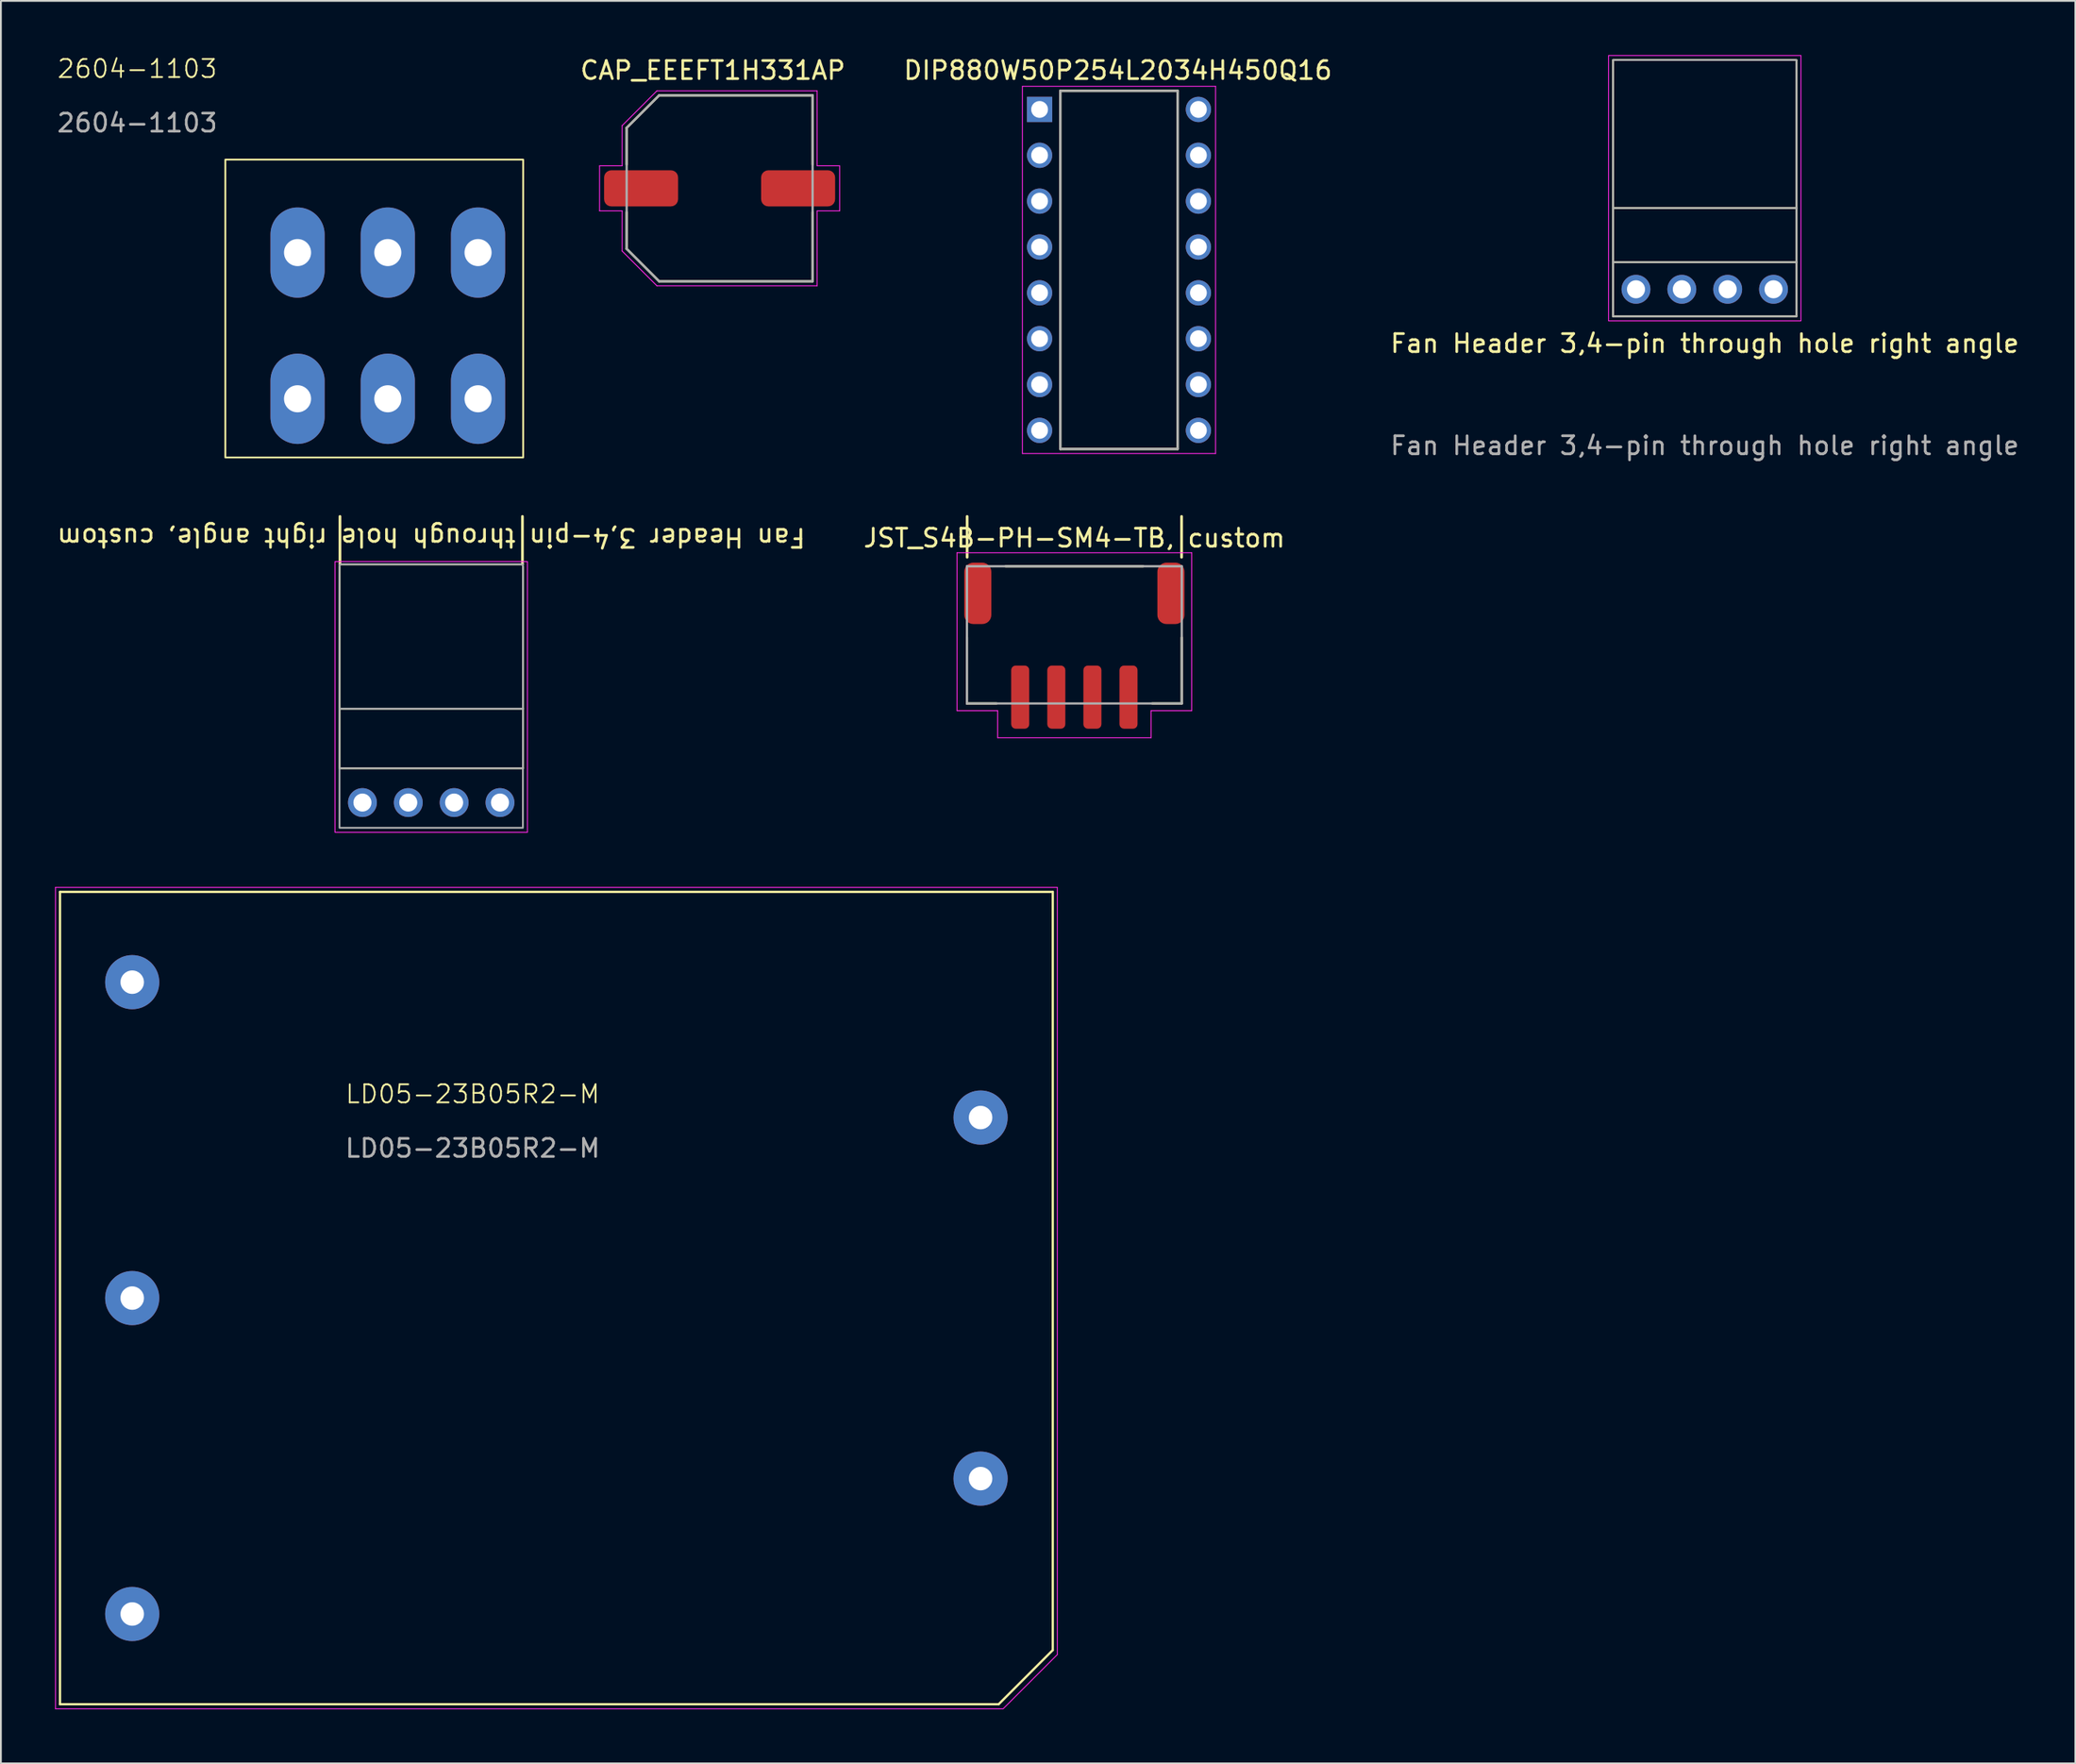
<source format=kicad_pcb>
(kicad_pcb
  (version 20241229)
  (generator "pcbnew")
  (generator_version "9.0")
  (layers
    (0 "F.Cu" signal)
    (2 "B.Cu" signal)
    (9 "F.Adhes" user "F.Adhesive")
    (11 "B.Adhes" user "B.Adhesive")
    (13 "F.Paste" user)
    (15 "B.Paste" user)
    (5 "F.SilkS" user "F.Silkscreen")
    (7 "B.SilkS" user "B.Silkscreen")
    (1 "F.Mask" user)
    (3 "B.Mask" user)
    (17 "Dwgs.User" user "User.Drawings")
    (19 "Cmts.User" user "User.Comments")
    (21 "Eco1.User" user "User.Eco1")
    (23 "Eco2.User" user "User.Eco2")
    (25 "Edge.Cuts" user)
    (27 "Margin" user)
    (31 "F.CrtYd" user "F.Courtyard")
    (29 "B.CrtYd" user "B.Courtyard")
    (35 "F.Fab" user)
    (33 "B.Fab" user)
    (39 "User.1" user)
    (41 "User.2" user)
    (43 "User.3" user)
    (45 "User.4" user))
  (footprint "JST_S4B-PH-SM4-TB, custom"
    (layer "F.Cu")
    (at 56.47 35.569)
    (property "Reference" "JST_S4B-PH-SM4-TB, custom" (at 0 -8.815 180) (layer "F.SilkS") (effects (font (size 1 1) (thickness 0.15))))
    (attr smd)
    (fp_line (start -5.95 -3.302) (end -5.95 0.35) (stroke (width 0.127) (type solid)) (layer "F.SilkS"))
    (fp_line (start -5.95 0.35) (end -4.318 0.35) (stroke (width 0.127) (type solid)) (layer "F.SilkS"))
    (fp_line (start -5.94 -10.011) (end -5.94 -7.75) (stroke (width 0.15) (type default)) (layer "F.SilkS"))
    (fp_line (start 3.81 -7.25) (end -3.81 -7.25) (stroke (width 0.127) (type solid)) (layer "F.SilkS"))
    (fp_line (start 4.318 0.35) (end 5.95 0.35) (stroke (width 0.127) (type solid)) (layer "F.SilkS"))
    (fp_line (start 5.94 -10.011) (end 5.94 -7.75) (stroke (width 0.15) (type default)) (layer "F.SilkS"))
    (fp_line (start 5.95 0.35) (end 5.95 -3.302) (stroke (width 0.127) (type solid)) (layer "F.SilkS"))
    (fp_line (start -6.5 -8) (end 6.5 -8) (stroke (width 0.05) (type solid)) (layer "F.CrtYd"))
    (fp_line (start -6.5 0.75) (end -6.5 -8) (stroke (width 0.05) (type solid)) (layer "F.CrtYd"))
    (fp_line (start -4.25 0.75) (end -6.5 0.75) (stroke (width 0.05) (type solid)) (layer "F.CrtYd"))
    (fp_line (start -4.25 2.25) (end -4.25 0.75) (stroke (width 0.05) (type solid)) (layer "F.CrtYd"))
    (fp_line (start 4.25 0.75) (end 4.25 2.25) (stroke (width 0.05) (type solid)) (layer "F.CrtYd"))
    (fp_line (start 4.25 2.25) (end -4.25 2.25) (stroke (width 0.05) (type solid)) (layer "F.CrtYd"))
    (fp_line (start 6.5 -8) (end 6.5 0.75) (stroke (width 0.05) (type solid)) (layer "F.CrtYd"))
    (fp_line (start 6.5 0.75) (end 4.25 0.75) (stroke (width 0.05) (type solid)) (layer "F.CrtYd"))
    (fp_line (start -5.95 -7.25) (end -5.95 0.35) (stroke (width 0.127) (type solid)) (layer "F.Fab"))
    (fp_line (start -5.95 0.35) (end 5.95 0.35) (stroke (width 0.127) (type solid)) (layer "F.Fab"))
    (fp_line (start 5.95 -7.25) (end -5.95 -7.25) (stroke (width 0.127) (type solid)) (layer "F.Fab"))
    (fp_line (start 5.95 0.35) (end 5.95 -7.25) (stroke (width 0.127) (type solid)) (layer "F.Fab"))
    (pad "1" smd roundrect (at 3 0) (size 1 3.5) (layers "F.Cu" "F.Mask" "F.Paste") (roundrect_rratio 0.25))
    (pad "2" smd roundrect (at 1 0) (size 1 3.5) (layers "F.Cu" "F.Mask" "F.Paste") (roundrect_rratio 0.25))
    (pad "3" smd roundrect (at -1 0) (size 1 3.5) (layers "F.Cu" "F.Mask" "F.Paste") (roundrect_rratio 0.25))
    (pad "4" smd roundrect (at -3 0) (size 1 3.5) (layers "F.Cu" "F.Mask" "F.Paste") (roundrect_rratio 0.25))
    (pad "P1" smd roundrect (at 5.35 -5.75) (size 1.5 3.4) (layers "F.Cu" "F.Mask" "F.Paste") (roundrect_rratio 0.333))
    (pad "P2" smd roundrect (at -5.35 -5.75) (size 1.5 3.4) (layers "F.Cu" "F.Mask" "F.Paste") (roundrect_rratio 0.333)))
  (footprint "Fan Header 3,4-pin through hole right angle, custom"
    (layer "F.Cu")
    (at 20.839 39.508)
    (property "Reference" "Fan Header 3,4-pin through hole right angle, custom" (at 0 -12.782 180) (unlocked yes) (layer "F.SilkS") (effects (font (size 1 1) (thickness 0.15))))
    (attr through_hole)
    (fp_line (start -5.08 0) (end -5.08 -11.176) (stroke (width 0.1) (type default)) (layer "F.SilkS"))
    (fp_line (start -5.055 -13.95) (end -5.055 -11.3) (stroke (width 0.15) (type default)) (layer "F.SilkS"))
    (fp_line (start 5.055 -13.95) (end 5.055 -11.3) (stroke (width 0.15) (type default)) (layer "F.SilkS"))
    (fp_line (start 5.08 -11.3) (end -5.08 -11.3) (stroke (width 0.1) (type default)) (layer "F.SilkS"))
    (fp_line (start 5.08 -11.176) (end 5.08 0) (stroke (width 0.1) (type default)) (layer "F.SilkS"))
    (fp_line (start 5.08 -3.3) (end -5.08 -3.3) (stroke (width 0.1) (type default)) (layer "F.SilkS"))
    (fp_line (start 5.08 0) (end -5.08 0) (stroke (width 0.1) (type default)) (layer "F.SilkS"))
    (fp_rect (start -5.33 -11.45) (end 5.33 3.55) (stroke (width 0.05) (type default)) (fill no) (layer "F.CrtYd"))
    (fp_line (start 5.08 -3.3) (end -5.08 -3.3) (stroke (width 0.1) (type default)) (layer "F.Fab"))
    (fp_line (start 5.08 0) (end -5.08 0) (stroke (width 0.1) (type default)) (layer "F.Fab"))
    (fp_rect (start -5.08 -11.3) (end 5.08 3.3) (stroke (width 0.1) (type default)) (fill no) (layer "F.Fab"))
    (pad "1" thru_hole circle (at -3.81 1.9) (size 1.6 1.6) (drill 1) (layers "*.Cu" "*.Mask"))
    (pad "2" thru_hole circle (at -1.27 1.9) (size 1.6 1.6) (drill 1) (layers "*.Cu" "*.Mask"))
    (pad "3" thru_hole circle (at 1.27 1.9) (size 1.6 1.6) (drill 1) (layers "*.Cu" "*.Mask"))
    (pad "4" thru_hole circle (at 3.81 1.9) (size 1.6 1.6) (drill 1) (layers "*.Cu" "*.Mask")))
  (footprint "DIP880W50P254L2034H450Q16"
    (layer "F.Cu")
    (at 58.943 11.902)
    (property "Reference" "DIP880W50P254L2034H450Q16" (at -0.06 -11.054 0) (layer "F.SilkS") (effects (font (size 1 1) (thickness 0.15))))
    (attr through_hole)
    (fp_line (start -3.25 -9.92) (end -3.25 9.92) (stroke (width 0.127) (type solid)) (layer "F.SilkS"))
    (fp_line (start -3.25 -9.92) (end 3.25 -9.92) (stroke (width 0.127) (type solid)) (layer "F.SilkS"))
    (fp_line (start 3.25 -9.92) (end 3.25 9.92) (stroke (width 0.127) (type solid)) (layer "F.SilkS"))
    (fp_line (start 3.25 9.92) (end -3.25 9.92) (stroke (width 0.127) (type solid)) (layer "F.SilkS"))
    (fp_line (start -5.35 -10.17) (end -5.35 10.17) (stroke (width 0.05) (type solid)) (layer "F.CrtYd"))
    (fp_line (start -5.35 10.17) (end 5.35 10.17) (stroke (width 0.05) (type solid)) (layer "F.CrtYd"))
    (fp_line (start 5.35 -10.17) (end -5.35 -10.17) (stroke (width 0.05) (type solid)) (layer "F.CrtYd"))
    (fp_line (start 5.35 10.17) (end 5.35 -10.17) (stroke (width 0.05) (type solid)) (layer "F.CrtYd"))
    (fp_line (start -3.25 -9.92) (end -3.25 9.92) (stroke (width 0.127) (type solid)) (layer "F.Fab"))
    (fp_line (start -3.25 -9.92) (end 3.25 -9.92) (stroke (width 0.127) (type solid)) (layer "F.Fab"))
    (fp_line (start -3.25 9.92) (end 3.25 9.92) (stroke (width 0.127) (type solid)) (layer "F.Fab"))
    (fp_line (start 3.25 -9.92) (end 3.25 9.92) (stroke (width 0.127) (type solid)) (layer "F.Fab"))
    (pad "1" thru_hole rect (at -4.4 -8.89) (size 1.4 1.4) (drill 0.93) (layers "*.Cu" "*.Mask"))
    (pad "2" thru_hole circle (at -4.4 -6.35) (size 1.4 1.4) (drill 0.93) (layers "*.Cu" "*.Mask"))
    (pad "3" thru_hole circle (at -4.4 -3.81) (size 1.4 1.4) (drill 0.93) (layers "*.Cu" "*.Mask"))
    (pad "4" thru_hole circle (at -4.4 -1.27) (size 1.4 1.4) (drill 0.93) (layers "*.Cu" "*.Mask"))
    (pad "5" thru_hole circle (at -4.4 1.27) (size 1.4 1.4) (drill 0.93) (layers "*.Cu" "*.Mask"))
    (pad "6" thru_hole circle (at -4.4 3.81) (size 1.4 1.4) (drill 0.93) (layers "*.Cu" "*.Mask"))
    (pad "7" thru_hole circle (at -4.4 6.35) (size 1.4 1.4) (drill 0.93) (layers "*.Cu" "*.Mask"))
    (pad "8" thru_hole circle (at -4.4 8.89) (size 1.4 1.4) (drill 0.93) (layers "*.Cu" "*.Mask"))
    (pad "9" thru_hole circle (at 4.4 8.89) (size 1.4 1.4) (drill 0.93) (layers "*.Cu" "*.Mask"))
    (pad "10" thru_hole circle (at 4.4 6.35) (size 1.4 1.4) (drill 0.93) (layers "*.Cu" "*.Mask"))
    (pad "11" thru_hole circle (at 4.4 3.81) (size 1.4 1.4) (drill 0.93) (layers "*.Cu" "*.Mask"))
    (pad "12" thru_hole circle (at 4.4 1.27) (size 1.4 1.4) (drill 0.93) (layers "*.Cu" "*.Mask"))
    (pad "13" thru_hole circle (at 4.4 -1.27) (size 1.4 1.4) (drill 0.93) (layers "*.Cu" "*.Mask"))
    (pad "14" thru_hole circle (at 4.4 -3.81) (size 1.4 1.4) (drill 0.93) (layers "*.Cu" "*.Mask"))
    (pad "15" thru_hole circle (at 4.4 -6.35) (size 1.4 1.4) (drill 0.93) (layers "*.Cu" "*.Mask"))
    (pad "16" thru_hole circle (at 4.4 -8.89) (size 1.4 1.4) (drill 0.93) (layers "*.Cu" "*.Mask")))
  (footprint "LD05-23B05R2-M"
    (layer "F.Cu")
    (at 0.275 46.358)
    (property "Reference" "LD05-23B05R2-M" (at 22.86 11.2 0) (unlocked yes) (layer "F.SilkS") (effects (font (size 1 1) (thickness 0.1))))
    (attr through_hole)
    (fp_line (start 0 0) (end 0 45) (stroke (width 0.127) (type default)) (layer "F.SilkS"))
    (fp_line (start 0 45) (end 52 45) (stroke (width 0.127) (type default)) (layer "F.SilkS"))
    (fp_line (start 52 45) (end 55 42) (stroke (width 0.127) (type default)) (layer "F.SilkS"))
    (fp_line (start 55 0) (end 0 0) (stroke (width 0.127) (type default)) (layer "F.SilkS"))
    (fp_line (start 55 0) (end 55 42) (stroke (width 0.127) (type default)) (layer "F.SilkS"))
    (fp_line (start -0.25 -0.25) (end -0.25 45.25) (stroke (width 0.05) (type default)) (layer "F.CrtYd"))
    (fp_line (start -0.25 45.25) (end 52.25 45.25) (stroke (width 0.05) (type default)) (layer "F.CrtYd"))
    (fp_line (start 55.25 -0.25) (end -0.25 -0.25) (stroke (width 0.05) (type default)) (layer "F.CrtYd"))
    (fp_line (start 55.25 -0.25) (end 55.25 42.25) (stroke (width 0.05) (type default)) (layer "F.CrtYd"))
    (fp_line (start 55.25 42.25) (end 52.25 45.25) (stroke (width 0.05) (type default)) (layer "F.CrtYd"))
    (fp_text user "${REFERENCE}" (at 22.86 14.2 0) (unlocked yes) (layer "F.Fab") (effects (font (size 1 1) (thickness 0.15))))
    (pad "1" thru_hole circle (at 4 5) (size 3 3) (drill 1.3) (layers "*.Cu" "*.Mask"))
    (pad "2" thru_hole circle (at 4 22.5) (size 3 3) (drill 1.3) (layers "*.Cu" "*.Mask"))
    (pad "3" thru_hole circle (at 4 40) (size 3 3) (drill 1.3) (layers "*.Cu" "*.Mask"))
    (pad "4" thru_hole circle (at 51 32.5) (size 3 3) (drill 1.3) (layers "*.Cu" "*.Mask"))
    (pad "5" thru_hole circle (at 51 12.5) (size 3 3) (drill 1.3) (layers "*.Cu" "*.Mask")))
  (footprint "Fan Header 3,4-pin through hole right angle"
    (layer "F.Cu")
    (at 91.394 11.475)
    (property "Reference" "Fan Header 3,4-pin through hole right angle" (at 0 4.5 0) (unlocked yes) (layer "F.SilkS") (effects (font (size 1 1) (thickness 0.15))))
    (attr through_hole)
    (fp_line (start -5.08 3) (end -5.08 -11.176) (stroke (width 0.1) (type default)) (layer "F.SilkS"))
    (fp_line (start 5.08 -11.2) (end -5.08 -11.2) (stroke (width 0.1) (type default)) (layer "F.SilkS"))
    (fp_line (start 5.08 -11.176) (end 5.08 3) (stroke (width 0.1) (type default)) (layer "F.SilkS"))
    (fp_line (start 5.08 -3) (end -5.08 -3) (stroke (width 0.1) (type default)) (layer "F.SilkS"))
    (fp_line (start 5.08 0) (end -5.08 0) (stroke (width 0.1) (type default)) (layer "F.SilkS"))
    (fp_line (start 5.08 3) (end -5.08 3) (stroke (width 0.1) (type default)) (layer "F.SilkS"))
    (fp_rect (start -5.33 -11.45) (end 5.33 3.25) (stroke (width 0.05) (type default)) (fill no) (layer "F.CrtYd"))
    (fp_line (start 5.08 -3) (end -5.08 -3) (stroke (width 0.1) (type default)) (layer "F.Fab"))
    (fp_line (start 5.08 0) (end -5.08 0) (stroke (width 0.1) (type default)) (layer "F.Fab"))
    (fp_rect (start -5.08 -11.2) (end 5.08 3) (stroke (width 0.1) (type default)) (fill no) (layer "F.Fab"))
    (fp_text user "${REFERENCE}" (at 0 10.16 0) (unlocked yes) (layer "F.Fab") (effects (font (size 1 1) (thickness 0.15))))
    (pad "1" thru_hole circle (at -3.81 1.5) (size 1.6 1.6) (drill 1) (layers "*.Cu" "*.Mask"))
    (pad "2" thru_hole circle (at -1.27 1.5) (size 1.6 1.6) (drill 1) (layers "*.Cu" "*.Mask"))
    (pad "3" thru_hole circle (at 1.27 1.5) (size 1.6 1.6) (drill 1) (layers "*.Cu" "*.Mask"))
    (pad "4" thru_hole circle (at 3.81 1.5) (size 1.6 1.6) (drill 1) (layers "*.Cu" "*.Mask")))
  (footprint "CAP_EEEFT1H331AP"
    (layer "F.Cu")
    (at 36.817 7.383)
    (property "Reference" "CAP_EEEFT1H331AP" (at -0.375 -6.535 0) (layer "F.SilkS") (effects (font (size 1 1) (thickness 0.15))))
    (attr smd)
    (fp_line (start -5.15 -3.35) (end -5.15 -1.32) (stroke (width 0.127) (type solid)) (layer "F.SilkS"))
    (fp_line (start -5.15 1.32) (end -5.15 3.35) (stroke (width 0.127) (type solid)) (layer "F.SilkS"))
    (fp_line (start -5.15 3.35) (end -3.35 5.15) (stroke (width 0.127) (type solid)) (layer "F.SilkS"))
    (fp_line (start -3.35 -5.15) (end -5.15 -3.35) (stroke (width 0.127) (type solid)) (layer "F.SilkS"))
    (fp_line (start -3.35 5.15) (end 5.15 5.15) (stroke (width 0.127) (type solid)) (layer "F.SilkS"))
    (fp_line (start 5.15 -5.15) (end -3.35 -5.15) (stroke (width 0.127) (type solid)) (layer "F.SilkS"))
    (fp_line (start 5.15 -1.32) (end 5.15 -5.15) (stroke (width 0.127) (type solid)) (layer "F.SilkS"))
    (fp_line (start 5.15 5.15) (end 5.15 1.32) (stroke (width 0.127) (type solid)) (layer "F.SilkS"))
    (fp_line (start -6.65 -1.25) (end -5.4 -1.25) (stroke (width 0.05) (type solid)) (layer "F.CrtYd"))
    (fp_line (start -6.65 1.25) (end -6.65 -1.25) (stroke (width 0.05) (type solid)) (layer "F.CrtYd"))
    (fp_line (start -5.4 -3.475) (end -3.475 -5.4) (stroke (width 0.05) (type solid)) (layer "F.CrtYd"))
    (fp_line (start -5.4 -1.25) (end -5.4 -3.475) (stroke (width 0.05) (type solid)) (layer "F.CrtYd"))
    (fp_line (start -5.4 1.25) (end -6.65 1.25) (stroke (width 0.05) (type solid)) (layer "F.CrtYd"))
    (fp_line (start -5.4 3.475) (end -5.4 1.25) (stroke (width 0.05) (type solid)) (layer "F.CrtYd"))
    (fp_line (start -3.475 -5.4) (end 5.4 -5.4) (stroke (width 0.05) (type solid)) (layer "F.CrtYd"))
    (fp_line (start -3.475 5.4) (end -5.4 3.475) (stroke (width 0.05) (type solid)) (layer "F.CrtYd"))
    (fp_line (start 5.4 -5.4) (end 5.4 -1.25) (stroke (width 0.05) (type solid)) (layer "F.CrtYd"))
    (fp_line (start 5.4 -1.25) (end 6.65 -1.25) (stroke (width 0.05) (type solid)) (layer "F.CrtYd"))
    (fp_line (start 5.4 1.25) (end 5.4 5.4) (stroke (width 0.05) (type solid)) (layer "F.CrtYd"))
    (fp_line (start 5.4 5.4) (end -3.475 5.4) (stroke (width 0.05) (type solid)) (layer "F.CrtYd"))
    (fp_line (start 6.65 -1.25) (end 6.65 1.25) (stroke (width 0.05) (type solid)) (layer "F.CrtYd"))
    (fp_line (start 6.65 1.25) (end 5.4 1.25) (stroke (width 0.05) (type solid)) (layer "F.CrtYd"))
    (fp_line (start -5.15 -3.35) (end -5.15 3.35) (stroke (width 0.127) (type solid)) (layer "F.Fab"))
    (fp_line (start -5.15 3.35) (end -3.35 5.15) (stroke (width 0.127) (type solid)) (layer "F.Fab"))
    (fp_line (start -3.35 -5.15) (end -5.15 -3.35) (stroke (width 0.127) (type solid)) (layer "F.Fab"))
    (fp_line (start -3.35 5.15) (end 5.15 5.15) (stroke (width 0.127) (type solid)) (layer "F.Fab"))
    (fp_line (start 5.15 -5.15) (end -3.35 -5.15) (stroke (width 0.127) (type solid)) (layer "F.Fab"))
    (fp_line (start 5.15 5.15) (end 5.15 -5.15) (stroke (width 0.127) (type solid)) (layer "F.Fab"))
    (pad "1" smd roundrect (at -4.35 0) (size 4.1 2) (layers "F.Cu" "F.Mask" "F.Paste") (roundrect_rratio 0.2))
    (pad "2" smd roundrect (at 4.35 0) (size 4.1 2) (layers "F.Cu" "F.Mask" "F.Paste") (roundrect_rratio 0.2)))
  (footprint "2604-1103"
    (layer "F.Cu")
    (at 18.434 19.041)
    (property "Reference" "2604-1103" (at -13.88 -18.28 0) (unlocked yes) (layer "F.SilkS") (effects (font (size 1 1) (thickness 0.1))))
    (attr through_hole)
    (fp_rect (start -9 -13.25) (end 7.5 3.25) (stroke (width 0.1) (type default)) (fill no) (layer "F.SilkS"))
    (fp_text user "${REFERENCE}" (at -13.88 -15.28 0) (unlocked yes) (layer "F.Fab") (effects (font (size 1 1) (thickness 0.15))))
    (pad "1" thru_hole oval (at -5 -8.1 180) (size 3 5) (drill 1.5) (layers "*.Cu" "*.Mask"))
    (pad "1" thru_hole oval (at -5 0 180) (size 3 5) (drill 1.5) (layers "*.Cu" "*.Mask"))
    (pad "2" thru_hole oval (at 0 -8.1 180) (size 3 5) (drill 1.5) (layers "*.Cu" "*.Mask"))
    (pad "2" thru_hole oval (at 0 0 180) (size 3 5) (drill 1.5) (layers "*.Cu" "*.Mask"))
    (pad "3" thru_hole oval (at 5 -8.1 180) (size 3 5) (drill 1.5) (layers "*.Cu" "*.Mask"))
    (pad "3" thru_hole oval (at 5 0 180) (size 3 5) (drill 1.5) (layers "*.Cu" "*.Mask")))
  (gr_rect
    (start -3 -3)
    (end 111.924 94.633)
    (stroke (width 0.1) (type default))
    (fill no)
    (layer "Edge.Cuts")))
</source>
